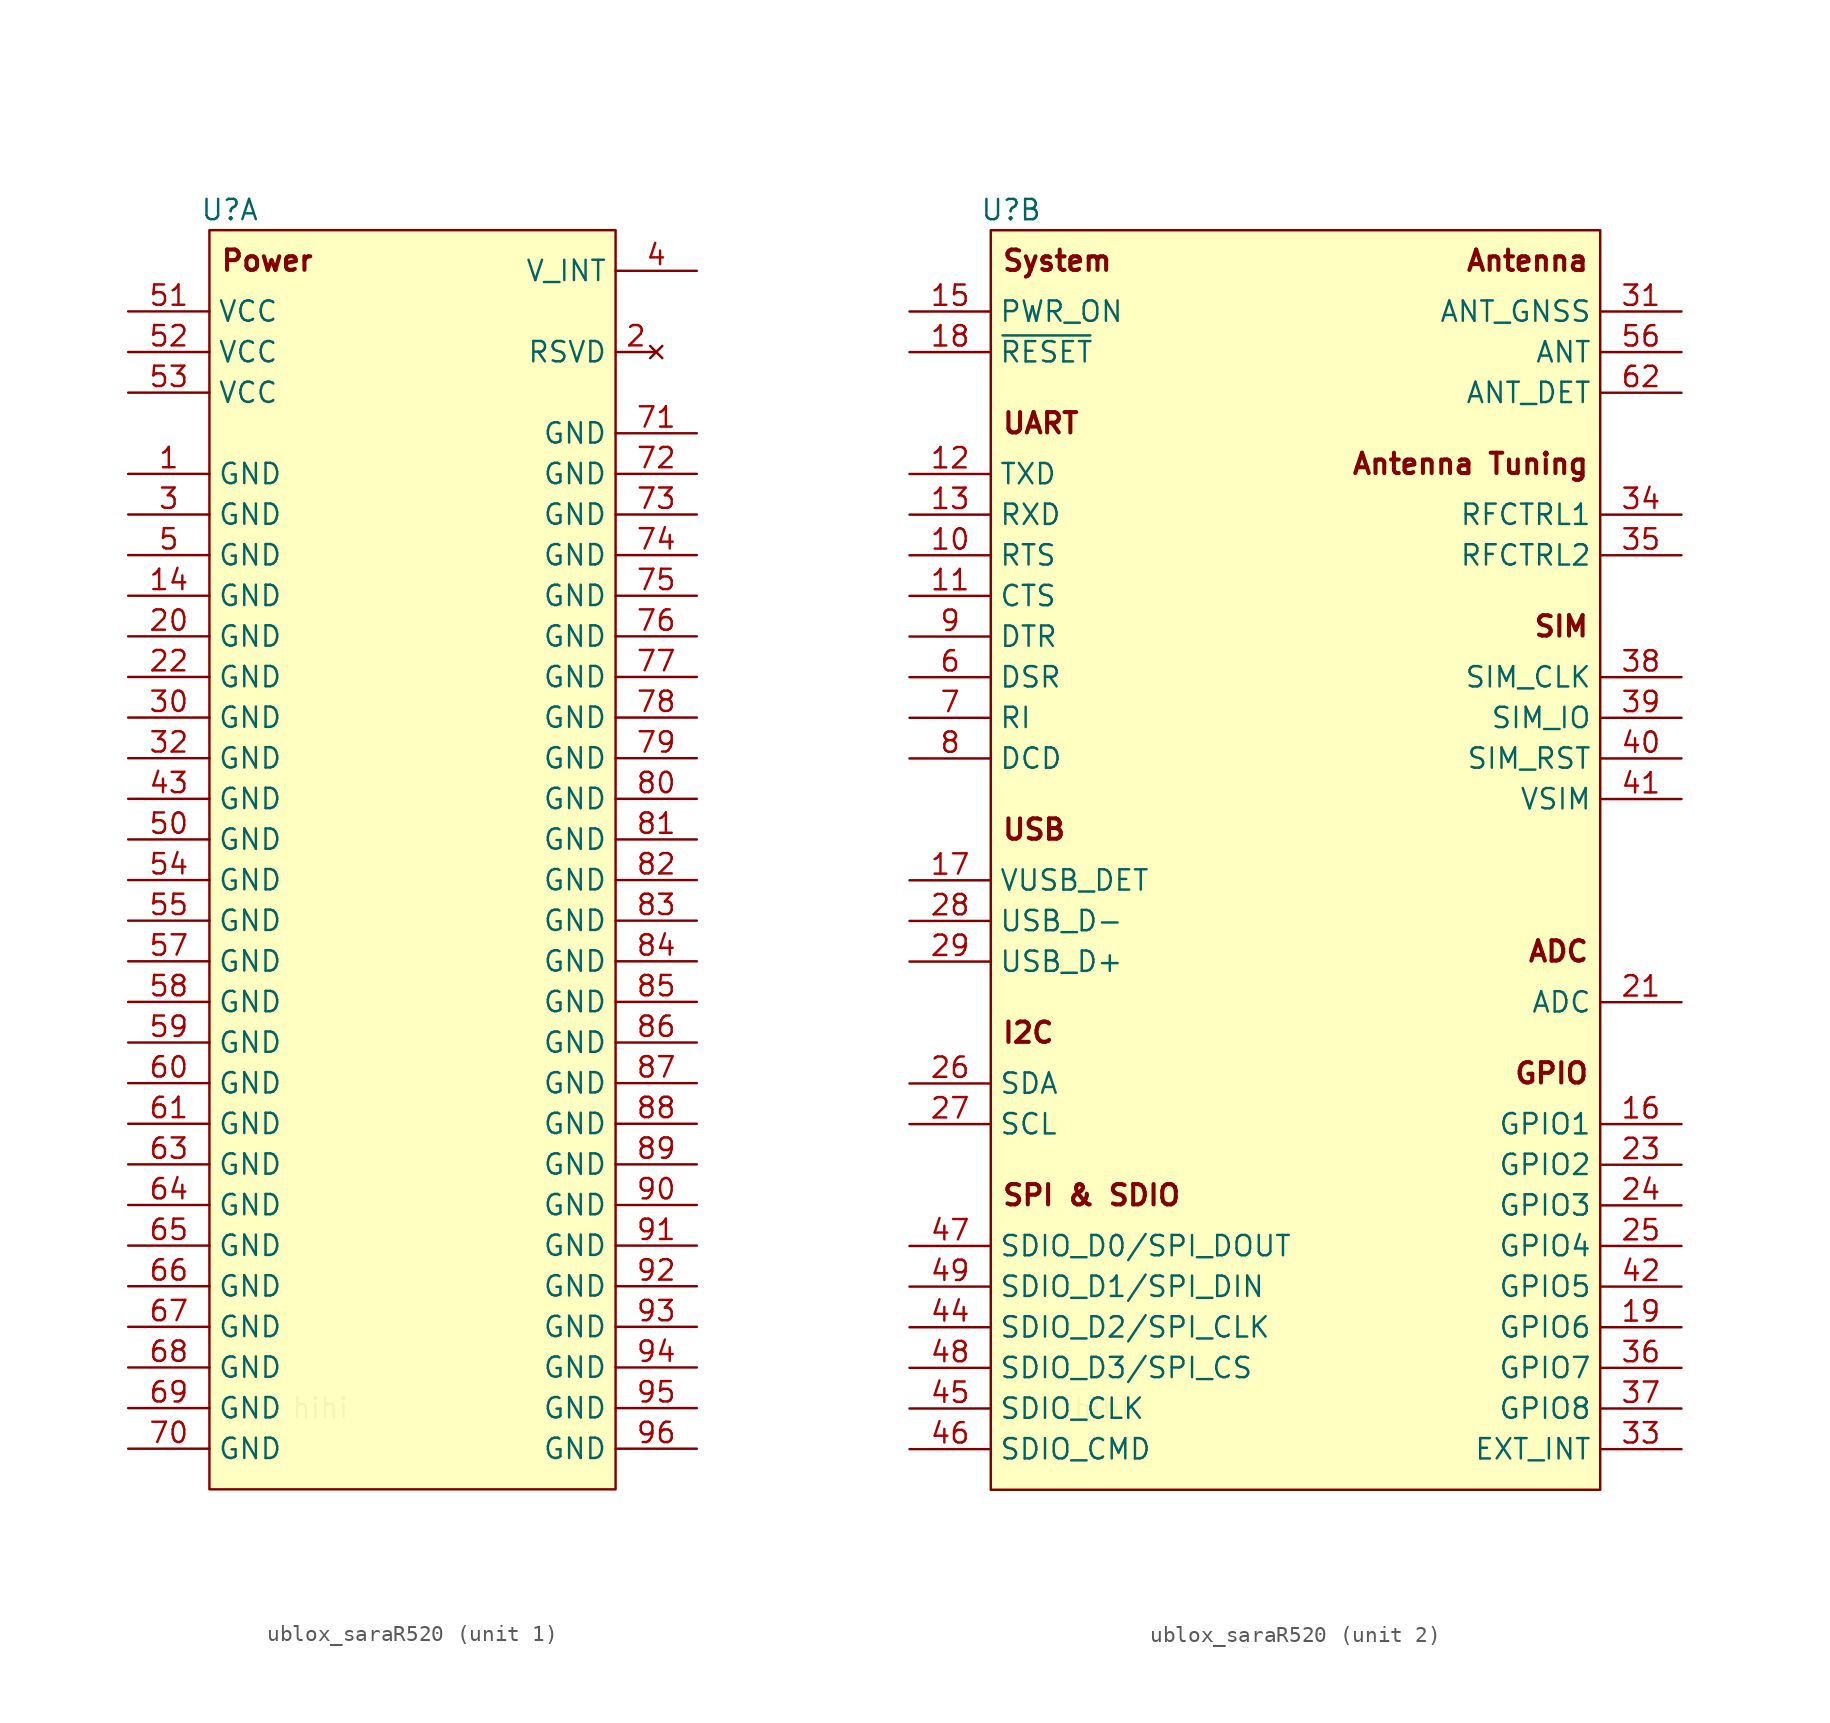
<source format=kicad_sym>
(kicad_symbol_lib
  (version 20231120)
  (generator "kicad_symbol_editor")
  (generator_version "8.0")
  (symbol "ublox_saraR520"
    (property "Reference" "U"
      (at 1.27 1.27 0)
      (effects (font (size 1.27 1.27))))
    (property "Value" ""
      (at 0 0 0)
      (effects (font (size 1.27 1.27))))
    (symbol "ublox_saraR520_0_1"
      (text "hihi" (at 5.08 -73.66 0) (effects (font (size 1.27 1.27) (color 245 245 186 0.72)) (justify left))))
    (symbol "ublox_saraR520_1_1"
      (rectangle (start 0 0) (end 25.4 -78.74) (stroke (width 0) (type default)) (fill (type background)))
      (text "Power" (at 0.635 -1.905 0) (effects (font (size 1.27 1.27) (thickness 0.254) (bold yes)) (justify left)))
      (pin passive line (at -5.08 -15.24 0) (length 5.08) (name "GND" (effects (font (size 1.27 1.27)))) (number "1" (effects (font (size 1.27 1.27)))))
      (pin passive line (at -5.08 -22.86 0) (length 5.08) (name "GND" (effects (font (size 1.27 1.27)))) (number "14" (effects (font (size 1.27 1.27)))))
      (pin no_connect line (at 27.94 -7.62 180) (length 2.54) (name "RSVD" (effects (font (size 1.27 1.27)))) (number "2" (effects (font (size 1.27 1.27)))))
      (pin passive line (at -5.08 -25.4 0) (length 5.08) (name "GND" (effects (font (size 1.27 1.27)))) (number "20" (effects (font (size 1.27 1.27)))))
      (pin passive line (at -5.08 -27.94 0) (length 5.08) (name "GND" (effects (font (size 1.27 1.27)))) (number "22" (effects (font (size 1.27 1.27)))))
      (pin passive line (at -5.08 -17.78 0) (length 5.08) (name "GND" (effects (font (size 1.27 1.27)))) (number "3" (effects (font (size 1.27 1.27)))))
      (pin passive line (at -5.08 -30.48 0) (length 5.08) (name "GND" (effects (font (size 1.27 1.27)))) (number "30" (effects (font (size 1.27 1.27)))))
      (pin passive line (at -5.08 -33.02 0) (length 5.08) (name "GND" (effects (font (size 1.27 1.27)))) (number "32" (effects (font (size 1.27 1.27)))))
      (pin power_out line (at 30.48 -2.54 180) (length 5.08) (name "V_INT" (effects (font (size 1.27 1.27)))) (number "4" (effects (font (size 1.27 1.27)))))
      (pin passive line (at -5.08 -35.56 0) (length 5.08) (name "GND" (effects (font (size 1.27 1.27)))) (number "43" (effects (font (size 1.27 1.27)))))
      (pin passive line (at -5.08 -20.32 0) (length 5.08) (name "GND" (effects (font (size 1.27 1.27)))) (number "5" (effects (font (size 1.27 1.27)))))
      (pin passive line (at -5.08 -38.1 0) (length 5.08) (name "GND" (effects (font (size 1.27 1.27)))) (number "50" (effects (font (size 1.27 1.27)))))
      (pin power_in line (at -5.08 -5.08 0) (length 5.08) (name "VCC" (effects (font (size 1.27 1.27)))) (number "51" (effects (font (size 1.27 1.27)))))
      (pin power_in line (at -5.08 -7.62 0) (length 5.08) (name "VCC" (effects (font (size 1.27 1.27)))) (number "52" (effects (font (size 1.27 1.27)))))
      (pin power_in line (at -5.08 -10.16 0) (length 5.08) (name "VCC" (effects (font (size 1.27 1.27)))) (number "53" (effects (font (size 1.27 1.27)))))
      (pin passive line (at -5.08 -40.64 0) (length 5.08) (name "GND" (effects (font (size 1.27 1.27)))) (number "54" (effects (font (size 1.27 1.27)))))
      (pin passive line (at -5.08 -43.18 0) (length 5.08) (name "GND" (effects (font (size 1.27 1.27)))) (number "55" (effects (font (size 1.27 1.27)))))
      (pin passive line (at -5.08 -45.72 0) (length 5.08) (name "GND" (effects (font (size 1.27 1.27)))) (number "57" (effects (font (size 1.27 1.27)))))
      (pin passive line (at -5.08 -48.26 0) (length 5.08) (name "GND" (effects (font (size 1.27 1.27)))) (number "58" (effects (font (size 1.27 1.27)))))
      (pin passive line (at -5.08 -50.8 0) (length 5.08) (name "GND" (effects (font (size 1.27 1.27)))) (number "59" (effects (font (size 1.27 1.27)))))
      (pin passive line (at -5.08 -53.34 0) (length 5.08) (name "GND" (effects (font (size 1.27 1.27)))) (number "60" (effects (font (size 1.27 1.27)))))
      (pin passive line (at -5.08 -55.88 0) (length 5.08) (name "GND" (effects (font (size 1.27 1.27)))) (number "61" (effects (font (size 1.27 1.27)))))
      (pin passive line (at -5.08 -58.42 0) (length 5.08) (name "GND" (effects (font (size 1.27 1.27)))) (number "63" (effects (font (size 1.27 1.27)))))
      (pin passive line (at -5.08 -60.96 0) (length 5.08) (name "GND" (effects (font (size 1.27 1.27)))) (number "64" (effects (font (size 1.27 1.27)))))
      (pin passive line (at -5.08 -63.5 0) (length 5.08) (name "GND" (effects (font (size 1.27 1.27)))) (number "65" (effects (font (size 1.27 1.27)))))
      (pin passive line (at -5.08 -66.04 0) (length 5.08) (name "GND" (effects (font (size 1.27 1.27)))) (number "66" (effects (font (size 1.27 1.27)))))
      (pin passive line (at -5.08 -68.58 0) (length 5.08) (name "GND" (effects (font (size 1.27 1.27)))) (number "67" (effects (font (size 1.27 1.27)))))
      (pin passive line (at -5.08 -71.12 0) (length 5.08) (name "GND" (effects (font (size 1.27 1.27)))) (number "68" (effects (font (size 1.27 1.27)))))
      (pin passive line (at -5.08 -73.66 0) (length 5.08) (name "GND" (effects (font (size 1.27 1.27)))) (number "69" (effects (font (size 1.27 1.27)))))
      (pin passive line (at -5.08 -76.2 0) (length 5.08) (name "GND" (effects (font (size 1.27 1.27)))) (number "70" (effects (font (size 1.27 1.27)))))
      (pin passive line (at 30.48 -12.7 180) (length 5.08) (name "GND" (effects (font (size 1.27 1.27)))) (number "71" (effects (font (size 1.27 1.27)))))
      (pin passive line (at 30.48 -15.24 180) (length 5.08) (name "GND" (effects (font (size 1.27 1.27)))) (number "72" (effects (font (size 1.27 1.27)))))
      (pin passive line (at 30.48 -17.78 180) (length 5.08) (name "GND" (effects (font (size 1.27 1.27)))) (number "73" (effects (font (size 1.27 1.27)))))
      (pin passive line (at 30.48 -20.32 180) (length 5.08) (name "GND" (effects (font (size 1.27 1.27)))) (number "74" (effects (font (size 1.27 1.27)))))
      (pin passive line (at 30.48 -22.86 180) (length 5.08) (name "GND" (effects (font (size 1.27 1.27)))) (number "75" (effects (font (size 1.27 1.27)))))
      (pin passive line (at 30.48 -25.4 180) (length 5.08) (name "GND" (effects (font (size 1.27 1.27)))) (number "76" (effects (font (size 1.27 1.27)))))
      (pin passive line (at 30.48 -27.94 180) (length 5.08) (name "GND" (effects (font (size 1.27 1.27)))) (number "77" (effects (font (size 1.27 1.27)))))
      (pin passive line (at 30.48 -30.48 180) (length 5.08) (name "GND" (effects (font (size 1.27 1.27)))) (number "78" (effects (font (size 1.27 1.27)))))
      (pin passive line (at 30.48 -33.02 180) (length 5.08) (name "GND" (effects (font (size 1.27 1.27)))) (number "79" (effects (font (size 1.27 1.27)))))
      (pin passive line (at 30.48 -35.56 180) (length 5.08) (name "GND" (effects (font (size 1.27 1.27)))) (number "80" (effects (font (size 1.27 1.27)))))
      (pin passive line (at 30.48 -38.1 180) (length 5.08) (name "GND" (effects (font (size 1.27 1.27)))) (number "81" (effects (font (size 1.27 1.27)))))
      (pin passive line (at 30.48 -40.64 180) (length 5.08) (name "GND" (effects (font (size 1.27 1.27)))) (number "82" (effects (font (size 1.27 1.27)))))
      (pin passive line (at 30.48 -43.18 180) (length 5.08) (name "GND" (effects (font (size 1.27 1.27)))) (number "83" (effects (font (size 1.27 1.27)))))
      (pin passive line (at 30.48 -45.72 180) (length 5.08) (name "GND" (effects (font (size 1.27 1.27)))) (number "84" (effects (font (size 1.27 1.27)))))
      (pin passive line (at 30.48 -48.26 180) (length 5.08) (name "GND" (effects (font (size 1.27 1.27)))) (number "85" (effects (font (size 1.27 1.27)))))
      (pin passive line (at 30.48 -50.8 180) (length 5.08) (name "GND" (effects (font (size 1.27 1.27)))) (number "86" (effects (font (size 1.27 1.27)))))
      (pin passive line (at 30.48 -53.34 180) (length 5.08) (name "GND" (effects (font (size 1.27 1.27)))) (number "87" (effects (font (size 1.27 1.27)))))
      (pin passive line (at 30.48 -55.88 180) (length 5.08) (name "GND" (effects (font (size 1.27 1.27)))) (number "88" (effects (font (size 1.27 1.27)))))
      (pin passive line (at 30.48 -58.42 180) (length 5.08) (name "GND" (effects (font (size 1.27 1.27)))) (number "89" (effects (font (size 1.27 1.27)))))
      (pin passive line (at 30.48 -60.96 180) (length 5.08) (name "GND" (effects (font (size 1.27 1.27)))) (number "90" (effects (font (size 1.27 1.27)))))
      (pin passive line (at 30.48 -63.5 180) (length 5.08) (name "GND" (effects (font (size 1.27 1.27)))) (number "91" (effects (font (size 1.27 1.27)))))
      (pin passive line (at 30.48 -66.04 180) (length 5.08) (name "GND" (effects (font (size 1.27 1.27)))) (number "92" (effects (font (size 1.27 1.27)))))
      (pin passive line (at 30.48 -68.58 180) (length 5.08) (name "GND" (effects (font (size 1.27 1.27)))) (number "93" (effects (font (size 1.27 1.27)))))
      (pin passive line (at 30.48 -71.12 180) (length 5.08) (name "GND" (effects (font (size 1.27 1.27)))) (number "94" (effects (font (size 1.27 1.27)))))
      (pin passive line (at 30.48 -73.66 180) (length 5.08) (name "GND" (effects (font (size 1.27 1.27)))) (number "95" (effects (font (size 1.27 1.27)))))
      (pin passive line (at 30.48 -76.2 180) (length 5.08) (name "GND" (effects (font (size 1.27 1.27)))) (number "96" (effects (font (size 1.27 1.27))))))
    (symbol "ublox_saraR520_2_1"
      (rectangle (start 0 0) (end 38.1 -78.74) (stroke (width 0) (type default)) (fill (type background)))
      (text "ADC" (at 37.465 -45.085 0) (effects (font (size 1.27 1.27) (thickness 0.254) (bold yes)) (justify right)))
      (text "Antenna" (at 37.465 -1.905 0) (effects (font (size 1.27 1.27) (thickness 0.254) (bold yes)) (justify right)))
      (text "Antenna Tuning" (at 37.465 -14.605 0) (effects (font (size 1.27 1.27) (thickness 0.254) (bold yes)) (justify right)))
      (text "GPIO" (at 37.465 -52.705 0) (effects (font (size 1.27 1.27) (thickness 0.254) (bold yes)) (justify right)))
      (text "I2C" (at 0.635 -50.165 0) (effects (font (size 1.27 1.27) (thickness 0.254) (bold yes)) (justify left)))
      (text "SIM" (at 37.465 -24.765 0) (effects (font (size 1.27 1.27) (thickness 0.254) (bold yes)) (justify right)))
      (text "SPI & SDIO" (at 0.635 -60.325 0) (effects (font (size 1.27 1.27) (thickness 0.254) (bold yes)) (justify left)))
      (text "System" (at 0.635 -1.905 0) (effects (font (size 1.27 1.27) (thickness 0.254) (bold yes)) (justify left)))
      (text "UART" (at 0.635 -12.065 0) (effects (font (size 1.27 1.27) (thickness 0.254) (bold yes)) (justify left)))
      (text "USB" (at 0.635 -37.465 0) (effects (font (size 1.27 1.27) (thickness 0.254) (bold yes)) (justify left)))
      (pin passive line (at -5.08 -20.32 0) (length 5.08) (name "RTS" (effects (font (size 1.27 1.27)))) (number "10" (effects (font (size 1.27 1.27)))))
      (pin passive line (at -5.08 -22.86 0) (length 5.08) (name "CTS" (effects (font (size 1.27 1.27)))) (number "11" (effects (font (size 1.27 1.27)))))
      (pin passive line (at -5.08 -15.24 0) (length 5.08) (name "TXD" (effects (font (size 1.27 1.27)))) (number "12" (effects (font (size 1.27 1.27)))))
      (pin passive line (at -5.08 -17.78 0) (length 5.08) (name "RXD" (effects (font (size 1.27 1.27)))) (number "13" (effects (font (size 1.27 1.27)))))
      (pin input line (at -5.08 -5.08 0) (length 5.08) (name "PWR_ON" (effects (font (size 1.27 1.27)))) (number "15" (effects (font (size 1.27 1.27)))))
      (pin passive line (at 43.18 -55.88 180) (length 5.08) (name "GPIO1" (effects (font (size 1.27 1.27)))) (number "16" (effects (font (size 1.27 1.27)))))
      (pin input line (at -5.08 -40.64 0) (length 5.08) (name "VUSB_DET" (effects (font (size 1.27 1.27)))) (number "17" (effects (font (size 1.27 1.27)))))
      (pin input line (at -5.08 -7.62 0) (length 5.08) (name "~{RESET}" (effects (font (size 1.27 1.27)))) (number "18" (effects (font (size 1.27 1.27)))))
      (pin passive line (at 43.18 -68.58 180) (length 5.08) (name "GPIO6" (effects (font (size 1.27 1.27)))) (number "19" (effects (font (size 1.27 1.27)))))
      (pin input line (at 43.18 -48.26 180) (length 5.08) (name "ADC" (effects (font (size 1.27 1.27)))) (number "21" (effects (font (size 1.27 1.27)))))
      (pin passive line (at 43.18 -58.42 180) (length 5.08) (name "GPIO2" (effects (font (size 1.27 1.27)))) (number "23" (effects (font (size 1.27 1.27)))))
      (pin passive line (at 43.18 -60.96 180) (length 5.08) (name "GPIO3" (effects (font (size 1.27 1.27)))) (number "24" (effects (font (size 1.27 1.27)))))
      (pin passive line (at 43.18 -63.5 180) (length 5.08) (name "GPIO4" (effects (font (size 1.27 1.27)))) (number "25" (effects (font (size 1.27 1.27)))))
      (pin open_collector line (at -5.08 -53.34 0) (length 5.08) (name "SDA" (effects (font (size 1.27 1.27)))) (number "26" (effects (font (size 1.27 1.27)))))
      (pin open_collector line (at -5.08 -55.88 0) (length 5.08) (name "SCL" (effects (font (size 1.27 1.27)))) (number "27" (effects (font (size 1.27 1.27)))))
      (pin passive line (at -5.08 -43.18 0) (length 5.08) (name "USB_D-" (effects (font (size 1.27 1.27)))) (number "28" (effects (font (size 1.27 1.27)))))
      (pin passive line (at -5.08 -45.72 0) (length 5.08) (name "USB_D+" (effects (font (size 1.27 1.27)))) (number "29" (effects (font (size 1.27 1.27)))))
      (pin input line (at 43.18 -5.08 180) (length 5.08) (name "ANT_GNSS" (effects (font (size 1.27 1.27)))) (number "31" (effects (font (size 1.27 1.27)))))
      (pin passive line (at 43.18 -76.2 180) (length 5.08) (name "EXT_INT" (effects (font (size 1.27 1.27)))) (number "33" (effects (font (size 1.27 1.27)))))
      (pin passive line (at 43.18 -17.78 180) (length 5.08) (name "RFCTRL1" (effects (font (size 1.27 1.27)))) (number "34" (effects (font (size 1.27 1.27)))))
      (pin passive line (at 43.18 -20.32 180) (length 5.08) (name "RFCTRL2" (effects (font (size 1.27 1.27)))) (number "35" (effects (font (size 1.27 1.27)))))
      (pin passive line (at 43.18 -71.12 180) (length 5.08) (name "GPIO7" (effects (font (size 1.27 1.27)))) (number "36" (effects (font (size 1.27 1.27)))))
      (pin passive line (at 43.18 -73.66 180) (length 5.08) (name "GPIO8" (effects (font (size 1.27 1.27)))) (number "37" (effects (font (size 1.27 1.27)))))
      (pin output line (at 43.18 -27.94 180) (length 5.08) (name "SIM_CLK" (effects (font (size 1.27 1.27)))) (number "38" (effects (font (size 1.27 1.27)))))
      (pin bidirectional line (at 43.18 -30.48 180) (length 5.08) (name "SIM_IO" (effects (font (size 1.27 1.27)))) (number "39" (effects (font (size 1.27 1.27)))))
      (pin output line (at 43.18 -33.02 180) (length 5.08) (name "SIM_RST" (effects (font (size 1.27 1.27)))) (number "40" (effects (font (size 1.27 1.27)))))
      (pin power_out line (at 43.18 -35.56 180) (length 5.08) (name "VSIM" (effects (font (size 1.27 1.27)))) (number "41" (effects (font (size 1.27 1.27)))))
      (pin passive line (at 43.18 -66.04 180) (length 5.08) (name "GPIO5" (effects (font (size 1.27 1.27)))) (number "42" (effects (font (size 1.27 1.27)))))
      (pin passive line (at -5.08 -68.58 0) (length 5.08) (name "SDIO_D2/SPI_CLK" (effects (font (size 1.27 1.27)))) (number "44" (effects (font (size 1.27 1.27)))))
      (pin passive line (at -5.08 -73.66 0) (length 5.08) (name "SDIO_CLK" (effects (font (size 1.27 1.27)))) (number "45" (effects (font (size 1.27 1.27)))))
      (pin passive line (at -5.08 -76.2 0) (length 5.08) (name "SDIO_CMD" (effects (font (size 1.27 1.27)))) (number "46" (effects (font (size 1.27 1.27)))))
      (pin passive line (at -5.08 -63.5 0) (length 5.08) (name "SDIO_D0/SPI_DOUT" (effects (font (size 1.27 1.27)))) (number "47" (effects (font (size 1.27 1.27)))))
      (pin passive line (at -5.08 -71.12 0) (length 5.08) (name "SDIO_D3/SPI_CS" (effects (font (size 1.27 1.27)))) (number "48" (effects (font (size 1.27 1.27)))))
      (pin passive line (at -5.08 -66.04 0) (length 5.08) (name "SDIO_D1/SPI_DIN" (effects (font (size 1.27 1.27)))) (number "49" (effects (font (size 1.27 1.27)))))
      (pin bidirectional line (at 43.18 -7.62 180) (length 5.08) (name "ANT" (effects (font (size 1.27 1.27)))) (number "56" (effects (font (size 1.27 1.27)))))
      (pin passive line (at -5.08 -27.94 0) (length 5.08) (name "DSR" (effects (font (size 1.27 1.27)))) (number "6" (effects (font (size 1.27 1.27)))))
      (pin input line (at 43.18 -10.16 180) (length 5.08) (name "ANT_DET" (effects (font (size 1.27 1.27)))) (number "62" (effects (font (size 1.27 1.27)))))
      (pin passive line (at -5.08 -30.48 0) (length 5.08) (name "RI" (effects (font (size 1.27 1.27)))) (number "7" (effects (font (size 1.27 1.27)))))
      (pin passive line (at -5.08 -33.02 0) (length 5.08) (name "DCD" (effects (font (size 1.27 1.27)))) (number "8" (effects (font (size 1.27 1.27)))))
      (pin passive line (at -5.08 -25.4 0) (length 5.08) (name "DTR" (effects (font (size 1.27 1.27)))) (number "9" (effects (font (size 1.27 1.27))))))))
</source>
